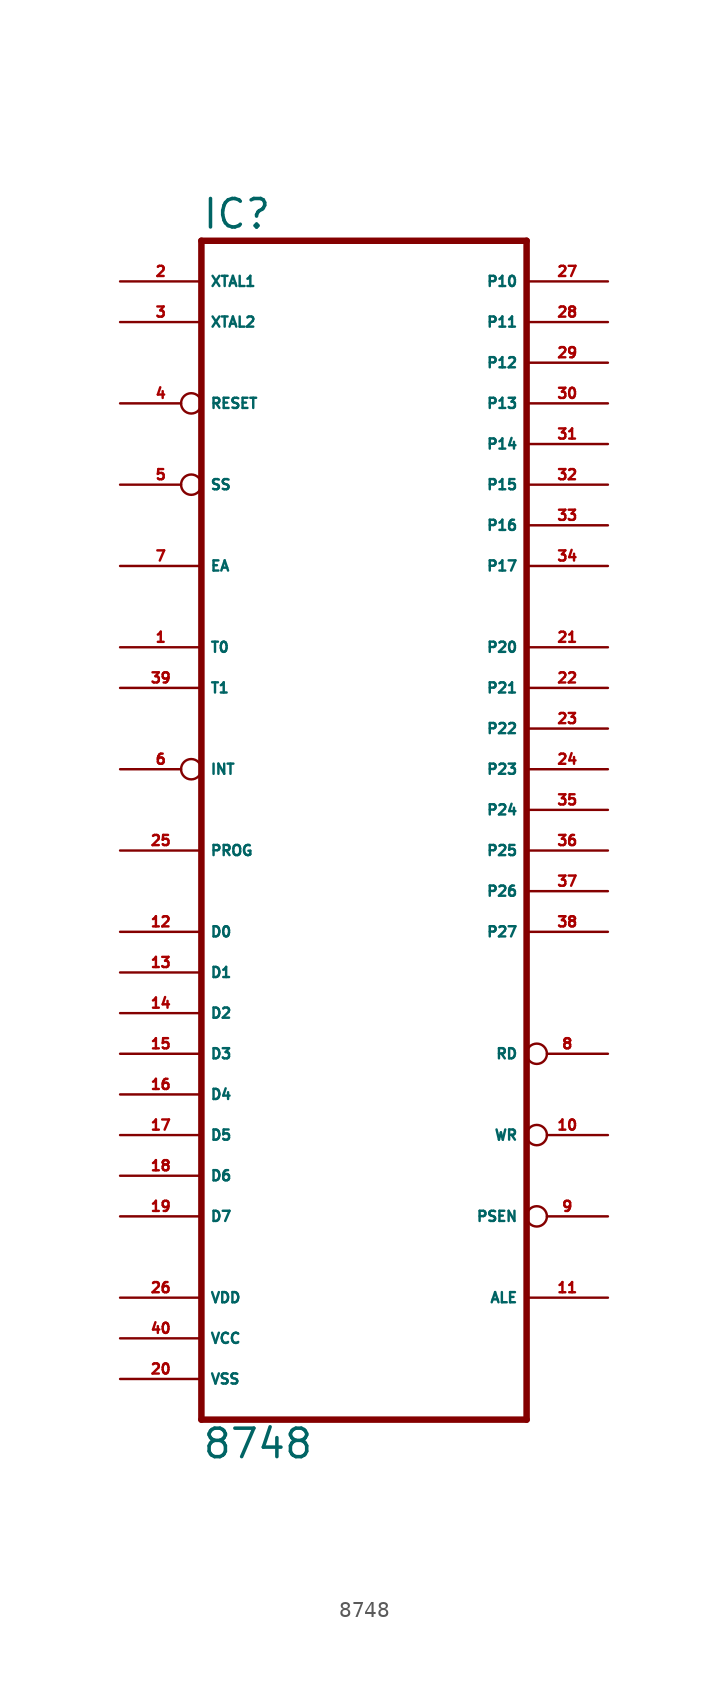
<source format=kicad_sym>
(kicad_symbol_lib
  (version 20220914)
  (generator Eagle2Kicad)
  (symbol "8748"
    (property "Reference" "IC"
      (at -10.16 36.195 0)
      (effects (font (size 1.778 1.778) (thickness 0.22)) (justify left bottom)))
    (property "Value" "8748"
      (at -10.16 -40.64 0)
      (effects (font (size 1.778 1.778) (thickness 0.22)) (justify left bottom)))
    (polyline
      (pts (xy 10.16 35.56) (xy 10.16 -38.1))
      (stroke (width 0.406) (type default))
      (fill (type none)))
    (polyline
      (pts (xy -10.16 -38.1) (xy 10.16 -38.1))
      (stroke (width 0.406) (type default))
      (fill (type none)))
    (polyline
      (pts (xy -10.16 -38.1) (xy -10.16 35.56))
      (stroke (width 0.406) (type default))
      (fill (type none)))
    (polyline
      (pts (xy 10.16 35.56) (xy -10.16 35.56))
      (stroke (width 0.406) (type default))
      (fill (type none)))
    (pin output line
      (at -15.24 30.48 0)
      (length 5.08)
      (name "XTAL2" (effects (font (size 0.635 0.635) (thickness 0.08)) (justify left bottom)))
      (number "3" (effects (font (size 0.635 0.635) (thickness 0.08)) (justify left bottom))))
    (pin input line
      (at -15.24 33.02 0)
      (length 5.08)
      (name "XTAL1" (effects (font (size 0.635 0.635) (thickness 0.08)) (justify left bottom)))
      (number "2" (effects (font (size 0.635 0.635) (thickness 0.08)) (justify left bottom))))
    (pin input line
      (at -15.24 15.24 0)
      (length 5.08)
      (name "EA" (effects (font (size 0.635 0.635) (thickness 0.08)) (justify left bottom)))
      (number "7" (effects (font (size 0.635 0.635) (thickness 0.08)) (justify left bottom))))
    (pin bidirectional line
      (at 15.24 -7.62 180)
      (length 5.08)
      (name "P27" (effects (font (size 0.635 0.635) (thickness 0.08)) (justify left bottom)))
      (number "38" (effects (font (size 0.635 0.635) (thickness 0.08)) (justify left bottom))))
    (pin bidirectional line
      (at 15.24 -5.08 180)
      (length 5.08)
      (name "P26" (effects (font (size 0.635 0.635) (thickness 0.08)) (justify left bottom)))
      (number "37" (effects (font (size 0.635 0.635) (thickness 0.08)) (justify left bottom))))
    (pin bidirectional line
      (at 15.24 -2.54 180)
      (length 5.08)
      (name "P25" (effects (font (size 0.635 0.635) (thickness 0.08)) (justify left bottom)))
      (number "36" (effects (font (size 0.635 0.635) (thickness 0.08)) (justify left bottom))))
    (pin bidirectional line
      (at 15.24 0 180)
      (length 5.08)
      (name "P24" (effects (font (size 0.635 0.635) (thickness 0.08)) (justify left bottom)))
      (number "35" (effects (font (size 0.635 0.635) (thickness 0.08)) (justify left bottom))))
    (pin bidirectional line
      (at 15.24 2.54 180)
      (length 5.08)
      (name "P23" (effects (font (size 0.635 0.635) (thickness 0.08)) (justify left bottom)))
      (number "24" (effects (font (size 0.635 0.635) (thickness 0.08)) (justify left bottom))))
    (pin bidirectional line
      (at 15.24 5.08 180)
      (length 5.08)
      (name "P22" (effects (font (size 0.635 0.635) (thickness 0.08)) (justify left bottom)))
      (number "23" (effects (font (size 0.635 0.635) (thickness 0.08)) (justify left bottom))))
    (pin bidirectional line
      (at 15.24 7.62 180)
      (length 5.08)
      (name "P21" (effects (font (size 0.635 0.635) (thickness 0.08)) (justify left bottom)))
      (number "22" (effects (font (size 0.635 0.635) (thickness 0.08)) (justify left bottom))))
    (pin bidirectional line
      (at 15.24 10.16 180)
      (length 5.08)
      (name "P20" (effects (font (size 0.635 0.635) (thickness 0.08)) (justify left bottom)))
      (number "21" (effects (font (size 0.635 0.635) (thickness 0.08)) (justify left bottom))))
    (pin bidirectional line
      (at -15.24 -25.4 0)
      (length 5.08)
      (name "D7" (effects (font (size 0.635 0.635) (thickness 0.08)) (justify left bottom)))
      (number "19" (effects (font (size 0.635 0.635) (thickness 0.08)) (justify left bottom))))
    (pin bidirectional line
      (at -15.24 -22.86 0)
      (length 5.08)
      (name "D6" (effects (font (size 0.635 0.635) (thickness 0.08)) (justify left bottom)))
      (number "18" (effects (font (size 0.635 0.635) (thickness 0.08)) (justify left bottom))))
    (pin bidirectional line
      (at -15.24 -20.32 0)
      (length 5.08)
      (name "D5" (effects (font (size 0.635 0.635) (thickness 0.08)) (justify left bottom)))
      (number "17" (effects (font (size 0.635 0.635) (thickness 0.08)) (justify left bottom))))
    (pin bidirectional line
      (at -15.24 -17.78 0)
      (length 5.08)
      (name "D4" (effects (font (size 0.635 0.635) (thickness 0.08)) (justify left bottom)))
      (number "16" (effects (font (size 0.635 0.635) (thickness 0.08)) (justify left bottom))))
    (pin bidirectional line
      (at -15.24 -15.24 0)
      (length 5.08)
      (name "D3" (effects (font (size 0.635 0.635) (thickness 0.08)) (justify left bottom)))
      (number "15" (effects (font (size 0.635 0.635) (thickness 0.08)) (justify left bottom))))
    (pin bidirectional line
      (at -15.24 -12.7 0)
      (length 5.08)
      (name "D2" (effects (font (size 0.635 0.635) (thickness 0.08)) (justify left bottom)))
      (number "14" (effects (font (size 0.635 0.635) (thickness 0.08)) (justify left bottom))))
    (pin bidirectional line
      (at -15.24 -10.16 0)
      (length 5.08)
      (name "D1" (effects (font (size 0.635 0.635) (thickness 0.08)) (justify left bottom)))
      (number "13" (effects (font (size 0.635 0.635) (thickness 0.08)) (justify left bottom))))
    (pin bidirectional line
      (at -15.24 -7.62 0)
      (length 5.08)
      (name "D0" (effects (font (size 0.635 0.635) (thickness 0.08)) (justify left bottom)))
      (number "12" (effects (font (size 0.635 0.635) (thickness 0.08)) (justify left bottom))))
    (pin output line
      (at 15.24 -30.48 180)
      (length 5.08)
      (name "ALE" (effects (font (size 0.635 0.635) (thickness 0.08)) (justify left bottom)))
      (number "11" (effects (font (size 0.635 0.635) (thickness 0.08)) (justify left bottom))))
    (pin output inverted
      (at 15.24 -25.4 180)
      (length 5.08)
      (name "PSEN" (effects (font (size 0.635 0.635) (thickness 0.08)) (justify left bottom)))
      (number "9" (effects (font (size 0.635 0.635) (thickness 0.08)) (justify left bottom))))
    (pin output inverted
      (at 15.24 -15.24 180)
      (length 5.08)
      (name "RD" (effects (font (size 0.635 0.635) (thickness 0.08)) (justify left bottom)))
      (number "8" (effects (font (size 0.635 0.635) (thickness 0.08)) (justify left bottom))))
    (pin output inverted
      (at 15.24 -20.32 180)
      (length 5.08)
      (name "WR" (effects (font (size 0.635 0.635) (thickness 0.08)) (justify left bottom)))
      (number "10" (effects (font (size 0.635 0.635) (thickness 0.08)) (justify left bottom))))
    (pin unspecified line
      (at -15.24 -33.02 0)
      (length 5.08)
      (name "VCC" (effects (font (size 0.635 0.635) (thickness 0.08)) (justify left bottom)))
      (number "40" (effects (font (size 0.635 0.635) (thickness 0.08)) (justify left bottom))))
    (pin unspecified line
      (at -15.24 -35.56 0)
      (length 5.08)
      (name "VSS" (effects (font (size 0.635 0.635) (thickness 0.08)) (justify left bottom)))
      (number "20" (effects (font (size 0.635 0.635) (thickness 0.08)) (justify left bottom))))
    (pin bidirectional line
      (at 15.24 30.48 180)
      (length 5.08)
      (name "P11" (effects (font (size 0.635 0.635) (thickness 0.08)) (justify left bottom)))
      (number "28" (effects (font (size 0.635 0.635) (thickness 0.08)) (justify left bottom))))
    (pin input inverted
      (at -15.24 25.4 0)
      (length 5.08)
      (name "RESET" (effects (font (size 0.635 0.635) (thickness 0.08)) (justify left bottom)))
      (number "4" (effects (font (size 0.635 0.635) (thickness 0.08)) (justify left bottom))))
    (pin bidirectional line
      (at 15.24 25.4 180)
      (length 5.08)
      (name "P13" (effects (font (size 0.635 0.635) (thickness 0.08)) (justify left bottom)))
      (number "30" (effects (font (size 0.635 0.635) (thickness 0.08)) (justify left bottom))))
    (pin bidirectional line
      (at 15.24 22.86 180)
      (length 5.08)
      (name "P14" (effects (font (size 0.635 0.635) (thickness 0.08)) (justify left bottom)))
      (number "31" (effects (font (size 0.635 0.635) (thickness 0.08)) (justify left bottom))))
    (pin bidirectional line
      (at 15.24 20.32 180)
      (length 5.08)
      (name "P15" (effects (font (size 0.635 0.635) (thickness 0.08)) (justify left bottom)))
      (number "32" (effects (font (size 0.635 0.635) (thickness 0.08)) (justify left bottom))))
    (pin bidirectional line
      (at 15.24 17.78 180)
      (length 5.08)
      (name "P16" (effects (font (size 0.635 0.635) (thickness 0.08)) (justify left bottom)))
      (number "33" (effects (font (size 0.635 0.635) (thickness 0.08)) (justify left bottom))))
    (pin bidirectional line
      (at 15.24 15.24 180)
      (length 5.08)
      (name "P17" (effects (font (size 0.635 0.635) (thickness 0.08)) (justify left bottom)))
      (number "34" (effects (font (size 0.635 0.635) (thickness 0.08)) (justify left bottom))))
    (pin input line
      (at -15.24 10.16 0)
      (length 5.08)
      (name "T0" (effects (font (size 0.635 0.635) (thickness 0.08)) (justify left bottom)))
      (number "1" (effects (font (size 0.635 0.635) (thickness 0.08)) (justify left bottom))))
    (pin input line
      (at -15.24 7.62 0)
      (length 5.08)
      (name "T1" (effects (font (size 0.635 0.635) (thickness 0.08)) (justify left bottom)))
      (number "39" (effects (font (size 0.635 0.635) (thickness 0.08)) (justify left bottom))))
    (pin input inverted
      (at -15.24 20.32 0)
      (length 5.08)
      (name "SS" (effects (font (size 0.635 0.635) (thickness 0.08)) (justify left bottom)))
      (number "5" (effects (font (size 0.635 0.635) (thickness 0.08)) (justify left bottom))))
    (pin input line
      (at -15.24 -2.54 0)
      (length 5.08)
      (name "PROG" (effects (font (size 0.635 0.635) (thickness 0.08)) (justify left bottom)))
      (number "25" (effects (font (size 0.635 0.635) (thickness 0.08)) (justify left bottom))))
    (pin input inverted
      (at -15.24 2.54 0)
      (length 5.08)
      (name "INT" (effects (font (size 0.635 0.635) (thickness 0.08)) (justify left bottom)))
      (number "6" (effects (font (size 0.635 0.635) (thickness 0.08)) (justify left bottom))))
    (pin bidirectional line
      (at 15.24 27.94 180)
      (length 5.08)
      (name "P12" (effects (font (size 0.635 0.635) (thickness 0.08)) (justify left bottom)))
      (number "29" (effects (font (size 0.635 0.635) (thickness 0.08)) (justify left bottom))))
    (pin bidirectional line
      (at 15.24 33.02 180)
      (length 5.08)
      (name "P10" (effects (font (size 0.635 0.635) (thickness 0.08)) (justify left bottom)))
      (number "27" (effects (font (size 0.635 0.635) (thickness 0.08)) (justify left bottom))))
    (pin unspecified line
      (at -15.24 -30.48 0)
      (length 5.08)
      (name "VDD" (effects (font (size 0.635 0.635) (thickness 0.08)) (justify left bottom)))
      (number "26" (effects (font (size 0.635 0.635) (thickness 0.08)) (justify left bottom))))))
</source>
